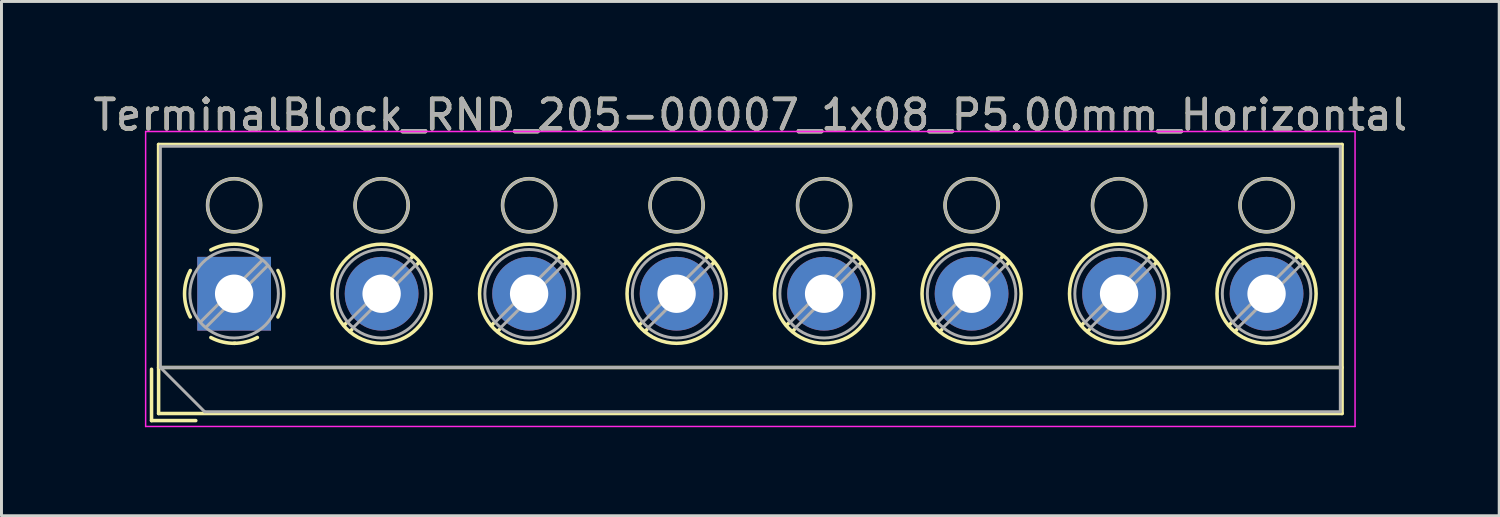
<source format=kicad_pcb>
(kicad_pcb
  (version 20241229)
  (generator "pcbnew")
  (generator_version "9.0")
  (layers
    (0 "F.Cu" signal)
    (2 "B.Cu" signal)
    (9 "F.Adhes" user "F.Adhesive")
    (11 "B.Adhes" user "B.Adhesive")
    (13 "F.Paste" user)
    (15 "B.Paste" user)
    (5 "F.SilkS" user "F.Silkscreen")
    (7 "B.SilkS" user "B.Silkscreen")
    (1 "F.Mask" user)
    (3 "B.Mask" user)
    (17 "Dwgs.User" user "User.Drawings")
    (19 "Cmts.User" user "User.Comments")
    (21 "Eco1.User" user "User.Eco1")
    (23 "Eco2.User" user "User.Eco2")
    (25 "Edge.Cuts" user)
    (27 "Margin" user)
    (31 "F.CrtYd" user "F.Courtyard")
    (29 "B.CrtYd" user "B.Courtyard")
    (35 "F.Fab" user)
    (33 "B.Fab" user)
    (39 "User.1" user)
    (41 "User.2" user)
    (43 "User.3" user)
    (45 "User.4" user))
  (footprint "TerminalBlock_RND_205-00007_1x08_P5.00mm_Horizontal"
    (layer "F.Cu")
    (at 4.887 6.908)
    (property "Reference" "TerminalBlock_RND_205-00007_1x08_P5.00mm_Horizontal" (at 17.5 -6.06 0) (layer "F.SilkS") (effects (font (size 1 1) (thickness 0.15))))
    (attr through_hole)
    (fp_line (start -2.8 2.56) (end -2.8 4.3) (stroke (width 0.12) (type solid)) (layer "F.SilkS"))
    (fp_line (start -2.8 4.3) (end -1.3 4.3) (stroke (width 0.12) (type solid)) (layer "F.SilkS"))
    (fp_line (start -2.56 -5.06) (end -2.56 4.06) (stroke (width 0.12) (type solid)) (layer "F.SilkS"))
    (fp_line (start -2.56 -5.06) (end 37.56 -5.06) (stroke (width 0.12) (type solid)) (layer "F.SilkS"))
    (fp_line (start -2.56 2.5) (end 37.56 2.5) (stroke (width 0.12) (type solid)) (layer "F.SilkS"))
    (fp_line (start -2.56 4.06) (end 37.56 4.06) (stroke (width 0.12) (type solid)) (layer "F.SilkS"))
    (fp_line (start 3.82 0.976) (end 3.726 1.069) (stroke (width 0.12) (type solid)) (layer "F.SilkS"))
    (fp_line (start 3.99 1.216) (end 3.931 1.274) (stroke (width 0.12) (type solid)) (layer "F.SilkS"))
    (fp_line (start 6.07 -1.275) (end 6.011 -1.216) (stroke (width 0.12) (type solid)) (layer "F.SilkS"))
    (fp_line (start 6.275 -1.069) (end 6.181 -0.976) (stroke (width 0.12) (type solid)) (layer "F.SilkS"))
    (fp_line (start 8.82 0.976) (end 8.726 1.069) (stroke (width 0.12) (type solid)) (layer "F.SilkS"))
    (fp_line (start 8.99 1.216) (end 8.931 1.274) (stroke (width 0.12) (type solid)) (layer "F.SilkS"))
    (fp_line (start 11.07 -1.275) (end 11.011 -1.216) (stroke (width 0.12) (type solid)) (layer "F.SilkS"))
    (fp_line (start 11.275 -1.069) (end 11.181 -0.976) (stroke (width 0.12) (type solid)) (layer "F.SilkS"))
    (fp_line (start 13.82 0.976) (end 13.726 1.069) (stroke (width 0.12) (type solid)) (layer "F.SilkS"))
    (fp_line (start 13.99 1.216) (end 13.931 1.274) (stroke (width 0.12) (type solid)) (layer "F.SilkS"))
    (fp_line (start 16.07 -1.275) (end 16.011 -1.216) (stroke (width 0.12) (type solid)) (layer "F.SilkS"))
    (fp_line (start 16.275 -1.069) (end 16.181 -0.976) (stroke (width 0.12) (type solid)) (layer "F.SilkS"))
    (fp_line (start 18.82 0.976) (end 18.726 1.069) (stroke (width 0.12) (type solid)) (layer "F.SilkS"))
    (fp_line (start 18.99 1.216) (end 18.931 1.274) (stroke (width 0.12) (type solid)) (layer "F.SilkS"))
    (fp_line (start 21.07 -1.275) (end 21.011 -1.216) (stroke (width 0.12) (type solid)) (layer "F.SilkS"))
    (fp_line (start 21.275 -1.069) (end 21.181 -0.976) (stroke (width 0.12) (type solid)) (layer "F.SilkS"))
    (fp_line (start 23.82 0.976) (end 23.726 1.069) (stroke (width 0.12) (type solid)) (layer "F.SilkS"))
    (fp_line (start 23.99 1.216) (end 23.931 1.274) (stroke (width 0.12) (type solid)) (layer "F.SilkS"))
    (fp_line (start 26.07 -1.275) (end 26.011 -1.216) (stroke (width 0.12) (type solid)) (layer "F.SilkS"))
    (fp_line (start 26.275 -1.069) (end 26.181 -0.976) (stroke (width 0.12) (type solid)) (layer "F.SilkS"))
    (fp_line (start 28.82 0.976) (end 28.726 1.069) (stroke (width 0.12) (type solid)) (layer "F.SilkS"))
    (fp_line (start 28.99 1.216) (end 28.931 1.274) (stroke (width 0.12) (type solid)) (layer "F.SilkS"))
    (fp_line (start 31.07 -1.275) (end 31.011 -1.216) (stroke (width 0.12) (type solid)) (layer "F.SilkS"))
    (fp_line (start 31.275 -1.069) (end 31.181 -0.976) (stroke (width 0.12) (type solid)) (layer "F.SilkS"))
    (fp_line (start 33.82 0.976) (end 33.726 1.069) (stroke (width 0.12) (type solid)) (layer "F.SilkS"))
    (fp_line (start 33.99 1.216) (end 33.931 1.274) (stroke (width 0.12) (type solid)) (layer "F.SilkS"))
    (fp_line (start 36.07 -1.275) (end 36.011 -1.216) (stroke (width 0.12) (type solid)) (layer "F.SilkS"))
    (fp_line (start 36.275 -1.069) (end 36.181 -0.976) (stroke (width 0.12) (type solid)) (layer "F.SilkS"))
    (fp_line (start 37.56 -5.06) (end 37.56 4.06) (stroke (width 0.12) (type solid)) (layer "F.SilkS"))
    (fp_arc (start -1.483953 0.789089) (mid -1.680708 0.00005) (end -1.484 -0.789) (stroke (width 0.12) (type solid)) (layer "F.SilkS"))
    (fp_arc (start -0.789089 -1.483953) (mid -0.00005 -1.680708) (end 0.789 -1.484) (stroke (width 0.12) (type solid)) (layer "F.SilkS"))
    (fp_arc (start 0.029383 1.68045) (mid -0.392304 1.634281) (end -0.789 1.484) (stroke (width 0.12) (type solid)) (layer "F.SilkS"))
    (fp_arc (start 0.788712 1.483352) (mid 0.406429 1.630097) (end 0 1.68) (stroke (width 0.12) (type solid)) (layer "F.SilkS"))
    (fp_arc (start 1.483953 -0.789089) (mid 1.680708 -0.00005) (end 1.484 0.789) (stroke (width 0.12) (type solid)) (layer "F.SilkS"))
    (fp_circle (center 0 -3) (end 0.9 -3) (stroke (width 0.12) (type solid)) (fill no) (layer "F.SilkS"))
    (fp_circle (center 5 -3) (end 5.9 -3) (stroke (width 0.12) (type solid)) (fill no) (layer "F.SilkS"))
    (fp_circle (center 5 0) (end 6.68 0) (stroke (width 0.12) (type solid)) (fill no) (layer "F.SilkS"))
    (fp_circle (center 10 -3) (end 10.9 -3) (stroke (width 0.12) (type solid)) (fill no) (layer "F.SilkS"))
    (fp_circle (center 10 0) (end 11.68 0) (stroke (width 0.12) (type solid)) (fill no) (layer "F.SilkS"))
    (fp_circle (center 15 -3) (end 15.9 -3) (stroke (width 0.12) (type solid)) (fill no) (layer "F.SilkS"))
    (fp_circle (center 15 0) (end 16.68 0) (stroke (width 0.12) (type solid)) (fill no) (layer "F.SilkS"))
    (fp_circle (center 20 -3) (end 20.9 -3) (stroke (width 0.12) (type solid)) (fill no) (layer "F.SilkS"))
    (fp_circle (center 20 0) (end 21.68 0) (stroke (width 0.12) (type solid)) (fill no) (layer "F.SilkS"))
    (fp_circle (center 25 -3) (end 25.9 -3) (stroke (width 0.12) (type solid)) (fill no) (layer "F.SilkS"))
    (fp_circle (center 25 0) (end 26.68 0) (stroke (width 0.12) (type solid)) (fill no) (layer "F.SilkS"))
    (fp_circle (center 30 -3) (end 30.9 -3) (stroke (width 0.12) (type solid)) (fill no) (layer "F.SilkS"))
    (fp_circle (center 30 0) (end 31.68 0) (stroke (width 0.12) (type solid)) (fill no) (layer "F.SilkS"))
    (fp_circle (center 35 -3) (end 35.9 -3) (stroke (width 0.12) (type solid)) (fill no) (layer "F.SilkS"))
    (fp_circle (center 35 0) (end 36.68 0) (stroke (width 0.12) (type solid)) (fill no) (layer "F.SilkS"))
    (fp_line (start -3 -5.5) (end -3 4.5) (stroke (width 0.05) (type solid)) (layer "F.CrtYd"))
    (fp_line (start -3 4.5) (end 38 4.5) (stroke (width 0.05) (type solid)) (layer "F.CrtYd"))
    (fp_line (start 38 -5.5) (end -3 -5.5) (stroke (width 0.05) (type solid)) (layer "F.CrtYd"))
    (fp_line (start 38 4.5) (end 38 -5.5) (stroke (width 0.05) (type solid)) (layer "F.CrtYd"))
    (fp_line (start -2.5 -5) (end 37.5 -5) (stroke (width 0.1) (type solid)) (layer "F.Fab"))
    (fp_line (start -2.5 2.5) (end -2.5 -5) (stroke (width 0.1) (type solid)) (layer "F.Fab"))
    (fp_line (start -2.5 2.5) (end 37.5 2.5) (stroke (width 0.1) (type solid)) (layer "F.Fab"))
    (fp_line (start -1 4) (end -2.5 2.5) (stroke (width 0.1) (type solid)) (layer "F.Fab"))
    (fp_line (start 0.955 -1.138) (end -1.138 0.955) (stroke (width 0.1) (type solid)) (layer "F.Fab"))
    (fp_line (start 1.138 -0.955) (end -0.955 1.138) (stroke (width 0.1) (type solid)) (layer "F.Fab"))
    (fp_line (start 5.955 -1.138) (end 3.863 0.955) (stroke (width 0.1) (type solid)) (layer "F.Fab"))
    (fp_line (start 6.138 -0.955) (end 4.046 1.138) (stroke (width 0.1) (type solid)) (layer "F.Fab"))
    (fp_line (start 10.955 -1.138) (end 8.863 0.955) (stroke (width 0.1) (type solid)) (layer "F.Fab"))
    (fp_line (start 11.138 -0.955) (end 9.046 1.138) (stroke (width 0.1) (type solid)) (layer "F.Fab"))
    (fp_line (start 15.955 -1.138) (end 13.863 0.955) (stroke (width 0.1) (type solid)) (layer "F.Fab"))
    (fp_line (start 16.138 -0.955) (end 14.046 1.138) (stroke (width 0.1) (type solid)) (layer "F.Fab"))
    (fp_line (start 20.955 -1.138) (end 18.863 0.955) (stroke (width 0.1) (type solid)) (layer "F.Fab"))
    (fp_line (start 21.138 -0.955) (end 19.046 1.138) (stroke (width 0.1) (type solid)) (layer "F.Fab"))
    (fp_line (start 25.955 -1.138) (end 23.863 0.955) (stroke (width 0.1) (type solid)) (layer "F.Fab"))
    (fp_line (start 26.138 -0.955) (end 24.046 1.138) (stroke (width 0.1) (type solid)) (layer "F.Fab"))
    (fp_line (start 30.955 -1.138) (end 28.863 0.955) (stroke (width 0.1) (type solid)) (layer "F.Fab"))
    (fp_line (start 31.138 -0.955) (end 29.046 1.138) (stroke (width 0.1) (type solid)) (layer "F.Fab"))
    (fp_line (start 35.955 -1.138) (end 33.863 0.955) (stroke (width 0.1) (type solid)) (layer "F.Fab"))
    (fp_line (start 36.138 -0.955) (end 34.046 1.138) (stroke (width 0.1) (type solid)) (layer "F.Fab"))
    (fp_line (start 37.5 -5) (end 37.5 4) (stroke (width 0.1) (type solid)) (layer "F.Fab"))
    (fp_line (start 37.5 4) (end -1 4) (stroke (width 0.1) (type solid)) (layer "F.Fab"))
    (fp_circle (center 0 -3) (end 0.9 -3) (stroke (width 0.1) (type solid)) (fill no) (layer "F.Fab"))
    (fp_circle (center 0 0) (end 1.5 0) (stroke (width 0.1) (type solid)) (fill no) (layer "F.Fab"))
    (fp_circle (center 5 -3) (end 5.9 -3) (stroke (width 0.1) (type solid)) (fill no) (layer "F.Fab"))
    (fp_circle (center 5 0) (end 6.5 0) (stroke (width 0.1) (type solid)) (fill no) (layer "F.Fab"))
    (fp_circle (center 10 -3) (end 10.9 -3) (stroke (width 0.1) (type solid)) (fill no) (layer "F.Fab"))
    (fp_circle (center 10 0) (end 11.5 0) (stroke (width 0.1) (type solid)) (fill no) (layer "F.Fab"))
    (fp_circle (center 15 -3) (end 15.9 -3) (stroke (width 0.1) (type solid)) (fill no) (layer "F.Fab"))
    (fp_circle (center 15 0) (end 16.5 0) (stroke (width 0.1) (type solid)) (fill no) (layer "F.Fab"))
    (fp_circle (center 20 -3) (end 20.9 -3) (stroke (width 0.1) (type solid)) (fill no) (layer "F.Fab"))
    (fp_circle (center 20 0) (end 21.5 0) (stroke (width 0.1) (type solid)) (fill no) (layer "F.Fab"))
    (fp_circle (center 25 -3) (end 25.9 -3) (stroke (width 0.1) (type solid)) (fill no) (layer "F.Fab"))
    (fp_circle (center 25 0) (end 26.5 0) (stroke (width 0.1) (type solid)) (fill no) (layer "F.Fab"))
    (fp_circle (center 30 -3) (end 30.9 -3) (stroke (width 0.1) (type solid)) (fill no) (layer "F.Fab"))
    (fp_circle (center 30 0) (end 31.5 0) (stroke (width 0.1) (type solid)) (fill no) (layer "F.Fab"))
    (fp_circle (center 35 -3) (end 35.9 -3) (stroke (width 0.1) (type solid)) (fill no) (layer "F.Fab"))
    (fp_circle (center 35 0) (end 36.5 0) (stroke (width 0.1) (type solid)) (fill no) (layer "F.Fab"))
    (fp_text user "${REFERENCE}" (at 17.5 -6.06 0) (layer "F.Fab") (effects (font (size 1 1) (thickness 0.15))))
    (pad "1" thru_hole rect (at 0 0) (size 2.5 2.5) (drill 1.3) (layers "*.Cu" "*.Mask"))
    (pad "2" thru_hole circle (at 5 0) (size 2.5 2.5) (drill 1.3) (layers "*.Cu" "*.Mask"))
    (pad "3" thru_hole circle (at 10 0) (size 2.5 2.5) (drill 1.3) (layers "*.Cu" "*.Mask"))
    (pad "4" thru_hole circle (at 15 0) (size 2.5 2.5) (drill 1.3) (layers "*.Cu" "*.Mask"))
    (pad "5" thru_hole circle (at 20 0) (size 2.5 2.5) (drill 1.3) (layers "*.Cu" "*.Mask"))
    (pad "6" thru_hole circle (at 25 0) (size 2.5 2.5) (drill 1.3) (layers "*.Cu" "*.Mask"))
    (pad "7" thru_hole circle (at 30 0) (size 2.5 2.5) (drill 1.3) (layers "*.Cu" "*.Mask"))
    (pad "8" thru_hole circle (at 35 0) (size 2.5 2.5) (drill 1.3) (layers "*.Cu" "*.Mask")))
  (gr_rect
    (start -3 -3)
    (end 47.774 14.433)
    (stroke (width 0.1) (type default))
    (fill no)
    (layer "Edge.Cuts")))
</source>
